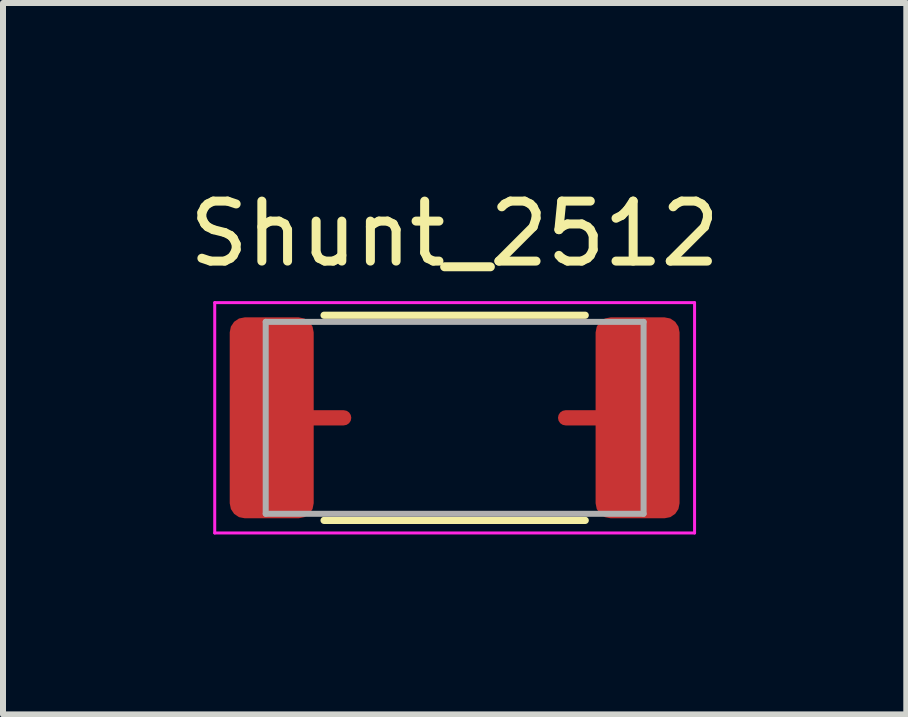
<source format=kicad_pcb>
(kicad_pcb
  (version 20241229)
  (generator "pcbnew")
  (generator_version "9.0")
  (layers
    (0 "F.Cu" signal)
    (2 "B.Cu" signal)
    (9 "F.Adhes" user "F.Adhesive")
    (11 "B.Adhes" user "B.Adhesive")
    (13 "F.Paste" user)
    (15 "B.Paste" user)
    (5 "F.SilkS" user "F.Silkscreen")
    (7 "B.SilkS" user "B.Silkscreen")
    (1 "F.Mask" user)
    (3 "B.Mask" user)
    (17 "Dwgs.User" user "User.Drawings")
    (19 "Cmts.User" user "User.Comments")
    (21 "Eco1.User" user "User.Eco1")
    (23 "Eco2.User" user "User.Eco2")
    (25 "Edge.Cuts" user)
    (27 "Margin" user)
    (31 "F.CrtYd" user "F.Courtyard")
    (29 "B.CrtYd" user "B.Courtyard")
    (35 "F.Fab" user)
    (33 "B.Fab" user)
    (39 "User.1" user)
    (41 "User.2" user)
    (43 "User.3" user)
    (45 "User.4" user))
  (footprint "Shunt_2512"
    (layer "F.Cu")
    (at 4.53 3.896)
    (property "Reference" "Shunt_2512" (at 0 -3.048 0) (unlocked yes) (layer "F.SilkS") (effects (font (size 1 1) (thickness 0.15))))
    (attr smd)
    (fp_line (start -2.177 -1.69) (end 2.177 -1.69) (stroke (width 0.12) (type solid)) (layer "F.SilkS"))
    (fp_line (start -2.177 1.73) (end 2.177 1.73) (stroke (width 0.12) (type solid)) (layer "F.SilkS"))
    (fp_line (start -4 -1.9) (end 4 -1.9) (stroke (width 0.05) (type solid)) (layer "F.CrtYd"))
    (fp_line (start -4 1.94) (end -4 -1.9) (stroke (width 0.05) (type solid)) (layer "F.CrtYd"))
    (fp_line (start 4 -1.9) (end 4 1.94) (stroke (width 0.05) (type solid)) (layer "F.CrtYd"))
    (fp_line (start 4 1.94) (end -4 1.94) (stroke (width 0.05) (type solid)) (layer "F.CrtYd"))
    (fp_line (start -3.15 -1.58) (end 3.15 -1.58) (stroke (width 0.1) (type solid)) (layer "F.Fab"))
    (fp_line (start -3.15 1.62) (end -3.15 -1.58) (stroke (width 0.1) (type solid)) (layer "F.Fab"))
    (fp_line (start 3.15 -1.58) (end 3.15 1.62) (stroke (width 0.1) (type solid)) (layer "F.Fab"))
    (fp_line (start 3.15 1.62) (end -3.15 1.62) (stroke (width 0.1) (type solid)) (layer "F.Fab"))
    (pad "1" smd roundrect (at 3.05 0.02) (size 1.4 3.35) (layers "F.Cu" "F.Mask" "F.Paste") (roundrect_rratio 0.179))
    (pad "2" smd roundrect (at 1.85 0.02) (size 0.762 0.254) (drill (offset 0.254 0)) (layers "F.Cu") (roundrect_rratio 0.5) (chamfer_ratio 0) (chamfer top_right bottom_right))
    (pad "3" smd roundrect (at -1.85 0.02) (size 0.762 0.254) (drill (offset -0.254 0)) (layers "F.Cu") (roundrect_rratio 0.5) (chamfer_ratio 0) (chamfer top_left bottom_left))
    (pad "4" smd roundrect (at -3.05 0.02) (size 1.4 3.35) (layers "F.Cu" "F.Mask" "F.Paste") (roundrect_rratio 0.179)))
  (gr_rect
    (start -3 -3)
    (end 12.06 8.861)
    (stroke (width 0.1) (type default))
    (fill no)
    (layer "Edge.Cuts")))
</source>
